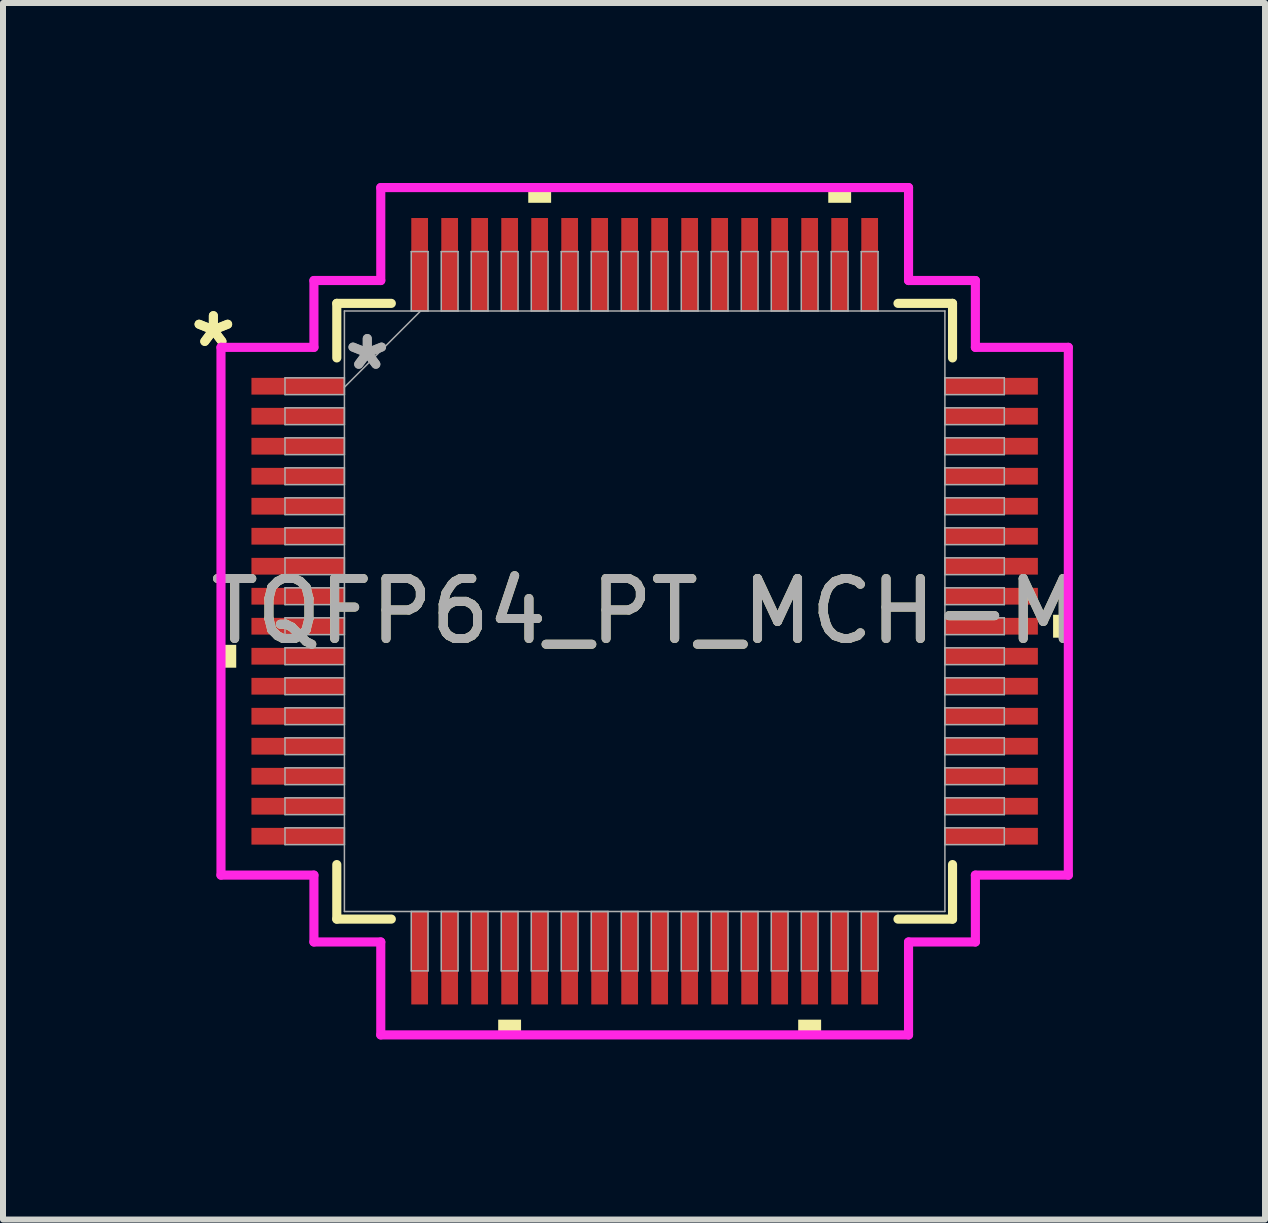
<source format=kicad_pcb>
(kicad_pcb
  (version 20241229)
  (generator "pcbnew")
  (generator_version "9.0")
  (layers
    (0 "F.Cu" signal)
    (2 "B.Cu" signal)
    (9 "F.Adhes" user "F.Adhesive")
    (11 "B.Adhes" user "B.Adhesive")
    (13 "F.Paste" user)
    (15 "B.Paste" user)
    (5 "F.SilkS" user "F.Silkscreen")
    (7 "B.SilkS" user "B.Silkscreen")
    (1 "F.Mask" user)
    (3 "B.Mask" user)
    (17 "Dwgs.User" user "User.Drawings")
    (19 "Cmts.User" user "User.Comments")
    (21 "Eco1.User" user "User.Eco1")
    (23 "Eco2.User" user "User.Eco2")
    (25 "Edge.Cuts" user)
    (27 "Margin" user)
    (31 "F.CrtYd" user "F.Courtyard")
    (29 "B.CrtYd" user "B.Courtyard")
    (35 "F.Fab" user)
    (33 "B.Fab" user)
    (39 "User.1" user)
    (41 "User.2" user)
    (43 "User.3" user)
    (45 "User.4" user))
  (footprint "TQFP64_PT_MCH-M"
    (layer "F.Cu")
    (at 7.694 7.137)
    (property "Reference" "TQFP64_PT_MCH-M" (at 0 0 0) (unlocked yes) (layer "F.SilkS") (effects (font (size 1 1) (thickness 0.15))))
    (attr smd)
    (fp_line (start -5.131 -5.131) (end -5.131 -4.222) (stroke (width 0.152) (type solid)) (layer "F.SilkS"))
    (fp_line (start -5.131 4.222) (end -5.131 5.131) (stroke (width 0.152) (type solid)) (layer "F.SilkS"))
    (fp_line (start -5.131 5.131) (end -4.222 5.131) (stroke (width 0.152) (type solid)) (layer "F.SilkS"))
    (fp_line (start -4.222 -5.131) (end -5.131 -5.131) (stroke (width 0.152) (type solid)) (layer "F.SilkS"))
    (fp_line (start 4.222 5.131) (end 5.131 5.131) (stroke (width 0.152) (type solid)) (layer "F.SilkS"))
    (fp_line (start 5.131 -5.131) (end 4.222 -5.131) (stroke (width 0.152) (type solid)) (layer "F.SilkS"))
    (fp_line (start 5.131 -4.222) (end 5.131 -5.131) (stroke (width 0.152) (type solid)) (layer "F.SilkS"))
    (fp_line (start 5.131 5.131) (end 5.131 4.222) (stroke (width 0.152) (type solid)) (layer "F.SilkS"))
    (fp_poly (pts (xy -7.061 0.56) (xy -7.061 0.941) (xy -6.807 0.941) (xy -6.807 0.56)) (stroke (width 0) (type solid)) (fill yes) (layer "F.SilkS"))
    (fp_poly (pts (xy -2.441 6.807) (xy -2.441 7.061) (xy -2.06 7.061) (xy -2.06 6.807)) (stroke (width 0) (type solid)) (fill yes) (layer "F.SilkS"))
    (fp_poly (pts (xy -1.94 -6.807) (xy -1.94 -7.061) (xy -1.559 -7.061) (xy -1.559 -6.807)) (stroke (width 0) (type solid)) (fill yes) (layer "F.SilkS"))
    (fp_poly (pts (xy 2.559 6.807) (xy 2.559 7.061) (xy 2.941 7.061) (xy 2.941 6.807)) (stroke (width 0) (type solid)) (fill yes) (layer "F.SilkS"))
    (fp_poly (pts (xy 3.06 -6.807) (xy 3.06 -7.061) (xy 3.441 -7.061) (xy 3.441 -6.807)) (stroke (width 0) (type solid)) (fill yes) (layer "F.SilkS"))
    (fp_poly (pts (xy 7.061 0.059) (xy 7.061 0.441) (xy 6.807 0.441) (xy 6.807 0.059)) (stroke (width 0) (type solid)) (fill yes) (layer "F.SilkS"))
    (fp_line (start -7.061 -4.398) (end -5.512 -4.398) (stroke (width 0.152) (type solid)) (layer "F.CrtYd"))
    (fp_line (start -7.061 4.398) (end -7.061 -4.398) (stroke (width 0.152) (type solid)) (layer "F.CrtYd"))
    (fp_line (start -5.512 -5.512) (end -4.398 -5.512) (stroke (width 0.152) (type solid)) (layer "F.CrtYd"))
    (fp_line (start -5.512 -4.398) (end -5.512 -5.512) (stroke (width 0.152) (type solid)) (layer "F.CrtYd"))
    (fp_line (start -5.512 4.398) (end -7.061 4.398) (stroke (width 0.152) (type solid)) (layer "F.CrtYd"))
    (fp_line (start -5.512 5.512) (end -5.512 4.398) (stroke (width 0.152) (type solid)) (layer "F.CrtYd"))
    (fp_line (start -5.512 5.512) (end -4.398 5.512) (stroke (width 0.152) (type solid)) (layer "F.CrtYd"))
    (fp_line (start -4.398 -7.061) (end 4.398 -7.061) (stroke (width 0.152) (type solid)) (layer "F.CrtYd"))
    (fp_line (start -4.398 -5.512) (end -4.398 -7.061) (stroke (width 0.152) (type solid)) (layer "F.CrtYd"))
    (fp_line (start -4.398 5.512) (end -4.398 7.061) (stroke (width 0.152) (type solid)) (layer "F.CrtYd"))
    (fp_line (start -4.398 7.061) (end 4.398 7.061) (stroke (width 0.152) (type solid)) (layer "F.CrtYd"))
    (fp_line (start 4.398 -7.061) (end 4.398 -5.512) (stroke (width 0.152) (type solid)) (layer "F.CrtYd"))
    (fp_line (start 4.398 -5.512) (end 5.512 -5.512) (stroke (width 0.152) (type solid)) (layer "F.CrtYd"))
    (fp_line (start 4.398 5.512) (end 5.512 5.512) (stroke (width 0.152) (type solid)) (layer "F.CrtYd"))
    (fp_line (start 4.398 7.061) (end 4.398 5.512) (stroke (width 0.152) (type solid)) (layer "F.CrtYd"))
    (fp_line (start 5.512 -4.398) (end 5.512 -5.512) (stroke (width 0.152) (type solid)) (layer "F.CrtYd"))
    (fp_line (start 5.512 4.398) (end 7.061 4.398) (stroke (width 0.152) (type solid)) (layer "F.CrtYd"))
    (fp_line (start 5.512 5.512) (end 5.512 4.398) (stroke (width 0.152) (type solid)) (layer "F.CrtYd"))
    (fp_line (start 7.061 -4.398) (end 5.512 -4.398) (stroke (width 0.152) (type solid)) (layer "F.CrtYd"))
    (fp_line (start 7.061 4.398) (end 7.061 -4.398) (stroke (width 0.152) (type solid)) (layer "F.CrtYd"))
    (fp_line (start -5.994 -3.89) (end -5.994 -3.61) (stroke (width 0.025) (type solid)) (layer "F.Fab"))
    (fp_line (start -5.994 -3.61) (end -5.004 -3.61) (stroke (width 0.025) (type solid)) (layer "F.Fab"))
    (fp_line (start -5.994 -3.39) (end -5.994 -3.11) (stroke (width 0.025) (type solid)) (layer "F.Fab"))
    (fp_line (start -5.994 -3.11) (end -5.004 -3.11) (stroke (width 0.025) (type solid)) (layer "F.Fab"))
    (fp_line (start -5.994 -2.89) (end -5.994 -2.61) (stroke (width 0.025) (type solid)) (layer "F.Fab"))
    (fp_line (start -5.994 -2.61) (end -5.004 -2.61) (stroke (width 0.025) (type solid)) (layer "F.Fab"))
    (fp_line (start -5.994 -2.39) (end -5.994 -2.11) (stroke (width 0.025) (type solid)) (layer "F.Fab"))
    (fp_line (start -5.994 -2.11) (end -5.004 -2.11) (stroke (width 0.025) (type solid)) (layer "F.Fab"))
    (fp_line (start -5.994 -1.89) (end -5.994 -1.61) (stroke (width 0.025) (type solid)) (layer "F.Fab"))
    (fp_line (start -5.994 -1.61) (end -5.004 -1.61) (stroke (width 0.025) (type solid)) (layer "F.Fab"))
    (fp_line (start -5.994 -1.39) (end -5.994 -1.11) (stroke (width 0.025) (type solid)) (layer "F.Fab"))
    (fp_line (start -5.994 -1.11) (end -5.004 -1.11) (stroke (width 0.025) (type solid)) (layer "F.Fab"))
    (fp_line (start -5.994 -0.89) (end -5.994 -0.61) (stroke (width 0.025) (type solid)) (layer "F.Fab"))
    (fp_line (start -5.994 -0.61) (end -5.004 -0.61) (stroke (width 0.025) (type solid)) (layer "F.Fab"))
    (fp_line (start -5.994 -0.39) (end -5.994 -0.11) (stroke (width 0.025) (type solid)) (layer "F.Fab"))
    (fp_line (start -5.994 -0.11) (end -5.004 -0.11) (stroke (width 0.025) (type solid)) (layer "F.Fab"))
    (fp_line (start -5.994 0.11) (end -5.994 0.39) (stroke (width 0.025) (type solid)) (layer "F.Fab"))
    (fp_line (start -5.994 0.39) (end -5.004 0.39) (stroke (width 0.025) (type solid)) (layer "F.Fab"))
    (fp_line (start -5.994 0.61) (end -5.994 0.89) (stroke (width 0.025) (type solid)) (layer "F.Fab"))
    (fp_line (start -5.994 0.89) (end -5.004 0.89) (stroke (width 0.025) (type solid)) (layer "F.Fab"))
    (fp_line (start -5.994 1.11) (end -5.994 1.39) (stroke (width 0.025) (type solid)) (layer "F.Fab"))
    (fp_line (start -5.994 1.39) (end -5.004 1.39) (stroke (width 0.025) (type solid)) (layer "F.Fab"))
    (fp_line (start -5.994 1.61) (end -5.994 1.89) (stroke (width 0.025) (type solid)) (layer "F.Fab"))
    (fp_line (start -5.994 1.89) (end -5.004 1.89) (stroke (width 0.025) (type solid)) (layer "F.Fab"))
    (fp_line (start -5.994 2.11) (end -5.994 2.39) (stroke (width 0.025) (type solid)) (layer "F.Fab"))
    (fp_line (start -5.994 2.39) (end -5.004 2.39) (stroke (width 0.025) (type solid)) (layer "F.Fab"))
    (fp_line (start -5.994 2.61) (end -5.994 2.89) (stroke (width 0.025) (type solid)) (layer "F.Fab"))
    (fp_line (start -5.994 2.89) (end -5.004 2.89) (stroke (width 0.025) (type solid)) (layer "F.Fab"))
    (fp_line (start -5.994 3.11) (end -5.994 3.39) (stroke (width 0.025) (type solid)) (layer "F.Fab"))
    (fp_line (start -5.994 3.39) (end -5.004 3.39) (stroke (width 0.025) (type solid)) (layer "F.Fab"))
    (fp_line (start -5.994 3.61) (end -5.994 3.89) (stroke (width 0.025) (type solid)) (layer "F.Fab"))
    (fp_line (start -5.994 3.89) (end -5.004 3.89) (stroke (width 0.025) (type solid)) (layer "F.Fab"))
    (fp_line (start -5.004 -5.004) (end -5.004 5.004) (stroke (width 0.025) (type solid)) (layer "F.Fab"))
    (fp_line (start -5.004 -3.89) (end -5.994 -3.89) (stroke (width 0.025) (type solid)) (layer "F.Fab"))
    (fp_line (start -5.004 -3.734) (end -3.734 -5.004) (stroke (width 0.025) (type solid)) (layer "F.Fab"))
    (fp_line (start -5.004 -3.61) (end -5.004 -3.89) (stroke (width 0.025) (type solid)) (layer "F.Fab"))
    (fp_line (start -5.004 -3.39) (end -5.994 -3.39) (stroke (width 0.025) (type solid)) (layer "F.Fab"))
    (fp_line (start -5.004 -3.11) (end -5.004 -3.39) (stroke (width 0.025) (type solid)) (layer "F.Fab"))
    (fp_line (start -5.004 -2.89) (end -5.994 -2.89) (stroke (width 0.025) (type solid)) (layer "F.Fab"))
    (fp_line (start -5.004 -2.61) (end -5.004 -2.89) (stroke (width 0.025) (type solid)) (layer "F.Fab"))
    (fp_line (start -5.004 -2.39) (end -5.994 -2.39) (stroke (width 0.025) (type solid)) (layer "F.Fab"))
    (fp_line (start -5.004 -2.11) (end -5.004 -2.39) (stroke (width 0.025) (type solid)) (layer "F.Fab"))
    (fp_line (start -5.004 -1.89) (end -5.994 -1.89) (stroke (width 0.025) (type solid)) (layer "F.Fab"))
    (fp_line (start -5.004 -1.61) (end -5.004 -1.89) (stroke (width 0.025) (type solid)) (layer "F.Fab"))
    (fp_line (start -5.004 -1.39) (end -5.994 -1.39) (stroke (width 0.025) (type solid)) (layer "F.Fab"))
    (fp_line (start -5.004 -1.11) (end -5.004 -1.39) (stroke (width 0.025) (type solid)) (layer "F.Fab"))
    (fp_line (start -5.004 -0.89) (end -5.994 -0.89) (stroke (width 0.025) (type solid)) (layer "F.Fab"))
    (fp_line (start -5.004 -0.61) (end -5.004 -0.89) (stroke (width 0.025) (type solid)) (layer "F.Fab"))
    (fp_line (start -5.004 -0.39) (end -5.994 -0.39) (stroke (width 0.025) (type solid)) (layer "F.Fab"))
    (fp_line (start -5.004 -0.11) (end -5.004 -0.39) (stroke (width 0.025) (type solid)) (layer "F.Fab"))
    (fp_line (start -5.004 0.11) (end -5.994 0.11) (stroke (width 0.025) (type solid)) (layer "F.Fab"))
    (fp_line (start -5.004 0.39) (end -5.004 0.11) (stroke (width 0.025) (type solid)) (layer "F.Fab"))
    (fp_line (start -5.004 0.61) (end -5.994 0.61) (stroke (width 0.025) (type solid)) (layer "F.Fab"))
    (fp_line (start -5.004 0.89) (end -5.004 0.61) (stroke (width 0.025) (type solid)) (layer "F.Fab"))
    (fp_line (start -5.004 1.11) (end -5.994 1.11) (stroke (width 0.025) (type solid)) (layer "F.Fab"))
    (fp_line (start -5.004 1.39) (end -5.004 1.11) (stroke (width 0.025) (type solid)) (layer "F.Fab"))
    (fp_line (start -5.004 1.61) (end -5.994 1.61) (stroke (width 0.025) (type solid)) (layer "F.Fab"))
    (fp_line (start -5.004 1.89) (end -5.004 1.61) (stroke (width 0.025) (type solid)) (layer "F.Fab"))
    (fp_line (start -5.004 2.11) (end -5.994 2.11) (stroke (width 0.025) (type solid)) (layer "F.Fab"))
    (fp_line (start -5.004 2.39) (end -5.004 2.11) (stroke (width 0.025) (type solid)) (layer "F.Fab"))
    (fp_line (start -5.004 2.61) (end -5.994 2.61) (stroke (width 0.025) (type solid)) (layer "F.Fab"))
    (fp_line (start -5.004 2.89) (end -5.004 2.61) (stroke (width 0.025) (type solid)) (layer "F.Fab"))
    (fp_line (start -5.004 3.11) (end -5.994 3.11) (stroke (width 0.025) (type solid)) (layer "F.Fab"))
    (fp_line (start -5.004 3.39) (end -5.004 3.11) (stroke (width 0.025) (type solid)) (layer "F.Fab"))
    (fp_line (start -5.004 3.61) (end -5.994 3.61) (stroke (width 0.025) (type solid)) (layer "F.Fab"))
    (fp_line (start -5.004 3.89) (end -5.004 3.61) (stroke (width 0.025) (type solid)) (layer "F.Fab"))
    (fp_line (start -5.004 5.004) (end 5.004 5.004) (stroke (width 0.025) (type solid)) (layer "F.Fab"))
    (fp_line (start -3.89 -5.994) (end -3.89 -5.004) (stroke (width 0.025) (type solid)) (layer "F.Fab"))
    (fp_line (start -3.89 -5.004) (end -3.61 -5.004) (stroke (width 0.025) (type solid)) (layer "F.Fab"))
    (fp_line (start -3.89 5.004) (end -3.89 5.994) (stroke (width 0.025) (type solid)) (layer "F.Fab"))
    (fp_line (start -3.89 5.994) (end -3.61 5.994) (stroke (width 0.025) (type solid)) (layer "F.Fab"))
    (fp_line (start -3.61 -5.994) (end -3.89 -5.994) (stroke (width 0.025) (type solid)) (layer "F.Fab"))
    (fp_line (start -3.61 -5.004) (end -3.61 -5.994) (stroke (width 0.025) (type solid)) (layer "F.Fab"))
    (fp_line (start -3.61 5.004) (end -3.89 5.004) (stroke (width 0.025) (type solid)) (layer "F.Fab"))
    (fp_line (start -3.61 5.994) (end -3.61 5.004) (stroke (width 0.025) (type solid)) (layer "F.Fab"))
    (fp_line (start -3.39 -5.994) (end -3.39 -5.004) (stroke (width 0.025) (type solid)) (layer "F.Fab"))
    (fp_line (start -3.39 -5.004) (end -3.11 -5.004) (stroke (width 0.025) (type solid)) (layer "F.Fab"))
    (fp_line (start -3.39 5.004) (end -3.39 5.994) (stroke (width 0.025) (type solid)) (layer "F.Fab"))
    (fp_line (start -3.39 5.994) (end -3.11 5.994) (stroke (width 0.025) (type solid)) (layer "F.Fab"))
    (fp_line (start -3.11 -5.994) (end -3.39 -5.994) (stroke (width 0.025) (type solid)) (layer "F.Fab"))
    (fp_line (start -3.11 -5.004) (end -3.11 -5.994) (stroke (width 0.025) (type solid)) (layer "F.Fab"))
    (fp_line (start -3.11 5.004) (end -3.39 5.004) (stroke (width 0.025) (type solid)) (layer "F.Fab"))
    (fp_line (start -3.11 5.994) (end -3.11 5.004) (stroke (width 0.025) (type solid)) (layer "F.Fab"))
    (fp_line (start -2.89 -5.994) (end -2.89 -5.004) (stroke (width 0.025) (type solid)) (layer "F.Fab"))
    (fp_line (start -2.89 -5.004) (end -2.61 -5.004) (stroke (width 0.025) (type solid)) (layer "F.Fab"))
    (fp_line (start -2.89 5.004) (end -2.89 5.994) (stroke (width 0.025) (type solid)) (layer "F.Fab"))
    (fp_line (start -2.89 5.994) (end -2.61 5.994) (stroke (width 0.025) (type solid)) (layer "F.Fab"))
    (fp_line (start -2.61 -5.994) (end -2.89 -5.994) (stroke (width 0.025) (type solid)) (layer "F.Fab"))
    (fp_line (start -2.61 -5.004) (end -2.61 -5.994) (stroke (width 0.025) (type solid)) (layer "F.Fab"))
    (fp_line (start -2.61 5.004) (end -2.89 5.004) (stroke (width 0.025) (type solid)) (layer "F.Fab"))
    (fp_line (start -2.61 5.994) (end -2.61 5.004) (stroke (width 0.025) (type solid)) (layer "F.Fab"))
    (fp_line (start -2.39 -5.994) (end -2.39 -5.004) (stroke (width 0.025) (type solid)) (layer "F.Fab"))
    (fp_line (start -2.39 -5.004) (end -2.11 -5.004) (stroke (width 0.025) (type solid)) (layer "F.Fab"))
    (fp_line (start -2.39 5.004) (end -2.39 5.994) (stroke (width 0.025) (type solid)) (layer "F.Fab"))
    (fp_line (start -2.39 5.994) (end -2.11 5.994) (stroke (width 0.025) (type solid)) (layer "F.Fab"))
    (fp_line (start -2.11 -5.994) (end -2.39 -5.994) (stroke (width 0.025) (type solid)) (layer "F.Fab"))
    (fp_line (start -2.11 -5.004) (end -2.11 -5.994) (stroke (width 0.025) (type solid)) (layer "F.Fab"))
    (fp_line (start -2.11 5.004) (end -2.39 5.004) (stroke (width 0.025) (type solid)) (layer "F.Fab"))
    (fp_line (start -2.11 5.994) (end -2.11 5.004) (stroke (width 0.025) (type solid)) (layer "F.Fab"))
    (fp_line (start -1.89 -5.994) (end -1.89 -5.004) (stroke (width 0.025) (type solid)) (layer "F.Fab"))
    (fp_line (start -1.89 -5.004) (end -1.61 -5.004) (stroke (width 0.025) (type solid)) (layer "F.Fab"))
    (fp_line (start -1.89 5.004) (end -1.89 5.994) (stroke (width 0.025) (type solid)) (layer "F.Fab"))
    (fp_line (start -1.89 5.994) (end -1.61 5.994) (stroke (width 0.025) (type solid)) (layer "F.Fab"))
    (fp_line (start -1.61 -5.994) (end -1.89 -5.994) (stroke (width 0.025) (type solid)) (layer "F.Fab"))
    (fp_line (start -1.61 -5.004) (end -1.61 -5.994) (stroke (width 0.025) (type solid)) (layer "F.Fab"))
    (fp_line (start -1.61 5.004) (end -1.89 5.004) (stroke (width 0.025) (type solid)) (layer "F.Fab"))
    (fp_line (start -1.61 5.994) (end -1.61 5.004) (stroke (width 0.025) (type solid)) (layer "F.Fab"))
    (fp_line (start -1.39 -5.994) (end -1.39 -5.004) (stroke (width 0.025) (type solid)) (layer "F.Fab"))
    (fp_line (start -1.39 -5.004) (end -1.11 -5.004) (stroke (width 0.025) (type solid)) (layer "F.Fab"))
    (fp_line (start -1.39 5.004) (end -1.39 5.994) (stroke (width 0.025) (type solid)) (layer "F.Fab"))
    (fp_line (start -1.39 5.994) (end -1.11 5.994) (stroke (width 0.025) (type solid)) (layer "F.Fab"))
    (fp_line (start -1.11 -5.994) (end -1.39 -5.994) (stroke (width 0.025) (type solid)) (layer "F.Fab"))
    (fp_line (start -1.11 -5.004) (end -1.11 -5.994) (stroke (width 0.025) (type solid)) (layer "F.Fab"))
    (fp_line (start -1.11 5.004) (end -1.39 5.004) (stroke (width 0.025) (type solid)) (layer "F.Fab"))
    (fp_line (start -1.11 5.994) (end -1.11 5.004) (stroke (width 0.025) (type solid)) (layer "F.Fab"))
    (fp_line (start -0.89 -5.994) (end -0.89 -5.004) (stroke (width 0.025) (type solid)) (layer "F.Fab"))
    (fp_line (start -0.89 -5.004) (end -0.61 -5.004) (stroke (width 0.025) (type solid)) (layer "F.Fab"))
    (fp_line (start -0.89 5.004) (end -0.89 5.994) (stroke (width 0.025) (type solid)) (layer "F.Fab"))
    (fp_line (start -0.89 5.994) (end -0.61 5.994) (stroke (width 0.025) (type solid)) (layer "F.Fab"))
    (fp_line (start -0.61 -5.994) (end -0.89 -5.994) (stroke (width 0.025) (type solid)) (layer "F.Fab"))
    (fp_line (start -0.61 -5.004) (end -0.61 -5.994) (stroke (width 0.025) (type solid)) (layer "F.Fab"))
    (fp_line (start -0.61 5.004) (end -0.89 5.004) (stroke (width 0.025) (type solid)) (layer "F.Fab"))
    (fp_line (start -0.61 5.994) (end -0.61 5.004) (stroke (width 0.025) (type solid)) (layer "F.Fab"))
    (fp_line (start -0.39 -5.994) (end -0.39 -5.004) (stroke (width 0.025) (type solid)) (layer "F.Fab"))
    (fp_line (start -0.39 -5.004) (end -0.11 -5.004) (stroke (width 0.025) (type solid)) (layer "F.Fab"))
    (fp_line (start -0.39 5.004) (end -0.39 5.994) (stroke (width 0.025) (type solid)) (layer "F.Fab"))
    (fp_line (start -0.39 5.994) (end -0.11 5.994) (stroke (width 0.025) (type solid)) (layer "F.Fab"))
    (fp_line (start -0.11 -5.994) (end -0.39 -5.994) (stroke (width 0.025) (type solid)) (layer "F.Fab"))
    (fp_line (start -0.11 -5.004) (end -0.11 -5.994) (stroke (width 0.025) (type solid)) (layer "F.Fab"))
    (fp_line (start -0.11 5.004) (end -0.39 5.004) (stroke (width 0.025) (type solid)) (layer "F.Fab"))
    (fp_line (start -0.11 5.994) (end -0.11 5.004) (stroke (width 0.025) (type solid)) (layer "F.Fab"))
    (fp_line (start 0.11 -5.994) (end 0.11 -5.004) (stroke (width 0.025) (type solid)) (layer "F.Fab"))
    (fp_line (start 0.11 -5.004) (end 0.39 -5.004) (stroke (width 0.025) (type solid)) (layer "F.Fab"))
    (fp_line (start 0.11 5.004) (end 0.11 5.994) (stroke (width 0.025) (type solid)) (layer "F.Fab"))
    (fp_line (start 0.11 5.994) (end 0.39 5.994) (stroke (width 0.025) (type solid)) (layer "F.Fab"))
    (fp_line (start 0.39 -5.994) (end 0.11 -5.994) (stroke (width 0.025) (type solid)) (layer "F.Fab"))
    (fp_line (start 0.39 -5.004) (end 0.39 -5.994) (stroke (width 0.025) (type solid)) (layer "F.Fab"))
    (fp_line (start 0.39 5.004) (end 0.11 5.004) (stroke (width 0.025) (type solid)) (layer "F.Fab"))
    (fp_line (start 0.39 5.994) (end 0.39 5.004) (stroke (width 0.025) (type solid)) (layer "F.Fab"))
    (fp_line (start 0.61 -5.994) (end 0.61 -5.004) (stroke (width 0.025) (type solid)) (layer "F.Fab"))
    (fp_line (start 0.61 -5.004) (end 0.89 -5.004) (stroke (width 0.025) (type solid)) (layer "F.Fab"))
    (fp_line (start 0.61 5.004) (end 0.61 5.994) (stroke (width 0.025) (type solid)) (layer "F.Fab"))
    (fp_line (start 0.61 5.994) (end 0.89 5.994) (stroke (width 0.025) (type solid)) (layer "F.Fab"))
    (fp_line (start 0.89 -5.994) (end 0.61 -5.994) (stroke (width 0.025) (type solid)) (layer "F.Fab"))
    (fp_line (start 0.89 -5.004) (end 0.89 -5.994) (stroke (width 0.025) (type solid)) (layer "F.Fab"))
    (fp_line (start 0.89 5.004) (end 0.61 5.004) (stroke (width 0.025) (type solid)) (layer "F.Fab"))
    (fp_line (start 0.89 5.994) (end 0.89 5.004) (stroke (width 0.025) (type solid)) (layer "F.Fab"))
    (fp_line (start 1.11 -5.994) (end 1.11 -5.004) (stroke (width 0.025) (type solid)) (layer "F.Fab"))
    (fp_line (start 1.11 -5.004) (end 1.39 -5.004) (stroke (width 0.025) (type solid)) (layer "F.Fab"))
    (fp_line (start 1.11 5.004) (end 1.11 5.994) (stroke (width 0.025) (type solid)) (layer "F.Fab"))
    (fp_line (start 1.11 5.994) (end 1.39 5.994) (stroke (width 0.025) (type solid)) (layer "F.Fab"))
    (fp_line (start 1.39 -5.994) (end 1.11 -5.994) (stroke (width 0.025) (type solid)) (layer "F.Fab"))
    (fp_line (start 1.39 -5.004) (end 1.39 -5.994) (stroke (width 0.025) (type solid)) (layer "F.Fab"))
    (fp_line (start 1.39 5.004) (end 1.11 5.004) (stroke (width 0.025) (type solid)) (layer "F.Fab"))
    (fp_line (start 1.39 5.994) (end 1.39 5.004) (stroke (width 0.025) (type solid)) (layer "F.Fab"))
    (fp_line (start 1.61 -5.994) (end 1.61 -5.004) (stroke (width 0.025) (type solid)) (layer "F.Fab"))
    (fp_line (start 1.61 -5.004) (end 1.89 -5.004) (stroke (width 0.025) (type solid)) (layer "F.Fab"))
    (fp_line (start 1.61 5.004) (end 1.61 5.994) (stroke (width 0.025) (type solid)) (layer "F.Fab"))
    (fp_line (start 1.61 5.994) (end 1.89 5.994) (stroke (width 0.025) (type solid)) (layer "F.Fab"))
    (fp_line (start 1.89 -5.994) (end 1.61 -5.994) (stroke (width 0.025) (type solid)) (layer "F.Fab"))
    (fp_line (start 1.89 -5.004) (end 1.89 -5.994) (stroke (width 0.025) (type solid)) (layer "F.Fab"))
    (fp_line (start 1.89 5.004) (end 1.61 5.004) (stroke (width 0.025) (type solid)) (layer "F.Fab"))
    (fp_line (start 1.89 5.994) (end 1.89 5.004) (stroke (width 0.025) (type solid)) (layer "F.Fab"))
    (fp_line (start 2.11 -5.994) (end 2.11 -5.004) (stroke (width 0.025) (type solid)) (layer "F.Fab"))
    (fp_line (start 2.11 -5.004) (end 2.39 -5.004) (stroke (width 0.025) (type solid)) (layer "F.Fab"))
    (fp_line (start 2.11 5.004) (end 2.11 5.994) (stroke (width 0.025) (type solid)) (layer "F.Fab"))
    (fp_line (start 2.11 5.994) (end 2.39 5.994) (stroke (width 0.025) (type solid)) (layer "F.Fab"))
    (fp_line (start 2.39 -5.994) (end 2.11 -5.994) (stroke (width 0.025) (type solid)) (layer "F.Fab"))
    (fp_line (start 2.39 -5.004) (end 2.39 -5.994) (stroke (width 0.025) (type solid)) (layer "F.Fab"))
    (fp_line (start 2.39 5.004) (end 2.11 5.004) (stroke (width 0.025) (type solid)) (layer "F.Fab"))
    (fp_line (start 2.39 5.994) (end 2.39 5.004) (stroke (width 0.025) (type solid)) (layer "F.Fab"))
    (fp_line (start 2.61 -5.994) (end 2.61 -5.004) (stroke (width 0.025) (type solid)) (layer "F.Fab"))
    (fp_line (start 2.61 -5.004) (end 2.89 -5.004) (stroke (width 0.025) (type solid)) (layer "F.Fab"))
    (fp_line (start 2.61 5.004) (end 2.61 5.994) (stroke (width 0.025) (type solid)) (layer "F.Fab"))
    (fp_line (start 2.61 5.994) (end 2.89 5.994) (stroke (width 0.025) (type solid)) (layer "F.Fab"))
    (fp_line (start 2.89 -5.994) (end 2.61 -5.994) (stroke (width 0.025) (type solid)) (layer "F.Fab"))
    (fp_line (start 2.89 -5.004) (end 2.89 -5.994) (stroke (width 0.025) (type solid)) (layer "F.Fab"))
    (fp_line (start 2.89 5.004) (end 2.61 5.004) (stroke (width 0.025) (type solid)) (layer "F.Fab"))
    (fp_line (start 2.89 5.994) (end 2.89 5.004) (stroke (width 0.025) (type solid)) (layer "F.Fab"))
    (fp_line (start 3.11 -5.994) (end 3.11 -5.004) (stroke (width 0.025) (type solid)) (layer "F.Fab"))
    (fp_line (start 3.11 -5.004) (end 3.39 -5.004) (stroke (width 0.025) (type solid)) (layer "F.Fab"))
    (fp_line (start 3.11 5.004) (end 3.11 5.994) (stroke (width 0.025) (type solid)) (layer "F.Fab"))
    (fp_line (start 3.11 5.994) (end 3.39 5.994) (stroke (width 0.025) (type solid)) (layer "F.Fab"))
    (fp_line (start 3.39 -5.994) (end 3.11 -5.994) (stroke (width 0.025) (type solid)) (layer "F.Fab"))
    (fp_line (start 3.39 -5.004) (end 3.39 -5.994) (stroke (width 0.025) (type solid)) (layer "F.Fab"))
    (fp_line (start 3.39 5.004) (end 3.11 5.004) (stroke (width 0.025) (type solid)) (layer "F.Fab"))
    (fp_line (start 3.39 5.994) (end 3.39 5.004) (stroke (width 0.025) (type solid)) (layer "F.Fab"))
    (fp_line (start 3.61 -5.994) (end 3.61 -5.004) (stroke (width 0.025) (type solid)) (layer "F.Fab"))
    (fp_line (start 3.61 -5.004) (end 3.89 -5.004) (stroke (width 0.025) (type solid)) (layer "F.Fab"))
    (fp_line (start 3.61 5.004) (end 3.61 5.994) (stroke (width 0.025) (type solid)) (layer "F.Fab"))
    (fp_line (start 3.61 5.994) (end 3.89 5.994) (stroke (width 0.025) (type solid)) (layer "F.Fab"))
    (fp_line (start 3.89 -5.994) (end 3.61 -5.994) (stroke (width 0.025) (type solid)) (layer "F.Fab"))
    (fp_line (start 3.89 -5.004) (end 3.89 -5.994) (stroke (width 0.025) (type solid)) (layer "F.Fab"))
    (fp_line (start 3.89 5.004) (end 3.61 5.004) (stroke (width 0.025) (type solid)) (layer "F.Fab"))
    (fp_line (start 3.89 5.994) (end 3.89 5.004) (stroke (width 0.025) (type solid)) (layer "F.Fab"))
    (fp_line (start 5.004 -5.004) (end -5.004 -5.004) (stroke (width 0.025) (type solid)) (layer "F.Fab"))
    (fp_line (start 5.004 -3.89) (end 5.004 -3.61) (stroke (width 0.025) (type solid)) (layer "F.Fab"))
    (fp_line (start 5.004 -3.61) (end 5.994 -3.61) (stroke (width 0.025) (type solid)) (layer "F.Fab"))
    (fp_line (start 5.004 -3.39) (end 5.004 -3.11) (stroke (width 0.025) (type solid)) (layer "F.Fab"))
    (fp_line (start 5.004 -3.11) (end 5.994 -3.11) (stroke (width 0.025) (type solid)) (layer "F.Fab"))
    (fp_line (start 5.004 -2.89) (end 5.004 -2.61) (stroke (width 0.025) (type solid)) (layer "F.Fab"))
    (fp_line (start 5.004 -2.61) (end 5.994 -2.61) (stroke (width 0.025) (type solid)) (layer "F.Fab"))
    (fp_line (start 5.004 -2.39) (end 5.004 -2.11) (stroke (width 0.025) (type solid)) (layer "F.Fab"))
    (fp_line (start 5.004 -2.11) (end 5.994 -2.11) (stroke (width 0.025) (type solid)) (layer "F.Fab"))
    (fp_line (start 5.004 -1.89) (end 5.004 -1.61) (stroke (width 0.025) (type solid)) (layer "F.Fab"))
    (fp_line (start 5.004 -1.61) (end 5.994 -1.61) (stroke (width 0.025) (type solid)) (layer "F.Fab"))
    (fp_line (start 5.004 -1.39) (end 5.004 -1.11) (stroke (width 0.025) (type solid)) (layer "F.Fab"))
    (fp_line (start 5.004 -1.11) (end 5.994 -1.11) (stroke (width 0.025) (type solid)) (layer "F.Fab"))
    (fp_line (start 5.004 -0.89) (end 5.004 -0.61) (stroke (width 0.025) (type solid)) (layer "F.Fab"))
    (fp_line (start 5.004 -0.61) (end 5.994 -0.61) (stroke (width 0.025) (type solid)) (layer "F.Fab"))
    (fp_line (start 5.004 -0.39) (end 5.004 -0.11) (stroke (width 0.025) (type solid)) (layer "F.Fab"))
    (fp_line (start 5.004 -0.11) (end 5.994 -0.11) (stroke (width 0.025) (type solid)) (layer "F.Fab"))
    (fp_line (start 5.004 0.11) (end 5.004 0.39) (stroke (width 0.025) (type solid)) (layer "F.Fab"))
    (fp_line (start 5.004 0.39) (end 5.994 0.39) (stroke (width 0.025) (type solid)) (layer "F.Fab"))
    (fp_line (start 5.004 0.61) (end 5.004 0.89) (stroke (width 0.025) (type solid)) (layer "F.Fab"))
    (fp_line (start 5.004 0.89) (end 5.994 0.89) (stroke (width 0.025) (type solid)) (layer "F.Fab"))
    (fp_line (start 5.004 1.11) (end 5.004 1.39) (stroke (width 0.025) (type solid)) (layer "F.Fab"))
    (fp_line (start 5.004 1.39) (end 5.994 1.39) (stroke (width 0.025) (type solid)) (layer "F.Fab"))
    (fp_line (start 5.004 1.61) (end 5.004 1.89) (stroke (width 0.025) (type solid)) (layer "F.Fab"))
    (fp_line (start 5.004 1.89) (end 5.994 1.89) (stroke (width 0.025) (type solid)) (layer "F.Fab"))
    (fp_line (start 5.004 2.11) (end 5.004 2.39) (stroke (width 0.025) (type solid)) (layer "F.Fab"))
    (fp_line (start 5.004 2.39) (end 5.994 2.39) (stroke (width 0.025) (type solid)) (layer "F.Fab"))
    (fp_line (start 5.004 2.61) (end 5.004 2.89) (stroke (width 0.025) (type solid)) (layer "F.Fab"))
    (fp_line (start 5.004 2.89) (end 5.994 2.89) (stroke (width 0.025) (type solid)) (layer "F.Fab"))
    (fp_line (start 5.004 3.11) (end 5.004 3.39) (stroke (width 0.025) (type solid)) (layer "F.Fab"))
    (fp_line (start 5.004 3.39) (end 5.994 3.39) (stroke (width 0.025) (type solid)) (layer "F.Fab"))
    (fp_line (start 5.004 3.61) (end 5.004 3.89) (stroke (width 0.025) (type solid)) (layer "F.Fab"))
    (fp_line (start 5.004 3.89) (end 5.994 3.89) (stroke (width 0.025) (type solid)) (layer "F.Fab"))
    (fp_line (start 5.004 5.004) (end 5.004 -5.004) (stroke (width 0.025) (type solid)) (layer "F.Fab"))
    (fp_line (start 5.994 -3.89) (end 5.004 -3.89) (stroke (width 0.025) (type solid)) (layer "F.Fab"))
    (fp_line (start 5.994 -3.61) (end 5.994 -3.89) (stroke (width 0.025) (type solid)) (layer "F.Fab"))
    (fp_line (start 5.994 -3.39) (end 5.004 -3.39) (stroke (width 0.025) (type solid)) (layer "F.Fab"))
    (fp_line (start 5.994 -3.11) (end 5.994 -3.39) (stroke (width 0.025) (type solid)) (layer "F.Fab"))
    (fp_line (start 5.994 -2.89) (end 5.004 -2.89) (stroke (width 0.025) (type solid)) (layer "F.Fab"))
    (fp_line (start 5.994 -2.61) (end 5.994 -2.89) (stroke (width 0.025) (type solid)) (layer "F.Fab"))
    (fp_line (start 5.994 -2.39) (end 5.004 -2.39) (stroke (width 0.025) (type solid)) (layer "F.Fab"))
    (fp_line (start 5.994 -2.11) (end 5.994 -2.39) (stroke (width 0.025) (type solid)) (layer "F.Fab"))
    (fp_line (start 5.994 -1.89) (end 5.004 -1.89) (stroke (width 0.025) (type solid)) (layer "F.Fab"))
    (fp_line (start 5.994 -1.61) (end 5.994 -1.89) (stroke (width 0.025) (type solid)) (layer "F.Fab"))
    (fp_line (start 5.994 -1.39) (end 5.004 -1.39) (stroke (width 0.025) (type solid)) (layer "F.Fab"))
    (fp_line (start 5.994 -1.11) (end 5.994 -1.39) (stroke (width 0.025) (type solid)) (layer "F.Fab"))
    (fp_line (start 5.994 -0.89) (end 5.004 -0.89) (stroke (width 0.025) (type solid)) (layer "F.Fab"))
    (fp_line (start 5.994 -0.61) (end 5.994 -0.89) (stroke (width 0.025) (type solid)) (layer "F.Fab"))
    (fp_line (start 5.994 -0.39) (end 5.004 -0.39) (stroke (width 0.025) (type solid)) (layer "F.Fab"))
    (fp_line (start 5.994 -0.11) (end 5.994 -0.39) (stroke (width 0.025) (type solid)) (layer "F.Fab"))
    (fp_line (start 5.994 0.11) (end 5.004 0.11) (stroke (width 0.025) (type solid)) (layer "F.Fab"))
    (fp_line (start 5.994 0.39) (end 5.994 0.11) (stroke (width 0.025) (type solid)) (layer "F.Fab"))
    (fp_line (start 5.994 0.61) (end 5.004 0.61) (stroke (width 0.025) (type solid)) (layer "F.Fab"))
    (fp_line (start 5.994 0.89) (end 5.994 0.61) (stroke (width 0.025) (type solid)) (layer "F.Fab"))
    (fp_line (start 5.994 1.11) (end 5.004 1.11) (stroke (width 0.025) (type solid)) (layer "F.Fab"))
    (fp_line (start 5.994 1.39) (end 5.994 1.11) (stroke (width 0.025) (type solid)) (layer "F.Fab"))
    (fp_line (start 5.994 1.61) (end 5.004 1.61) (stroke (width 0.025) (type solid)) (layer "F.Fab"))
    (fp_line (start 5.994 1.89) (end 5.994 1.61) (stroke (width 0.025) (type solid)) (layer "F.Fab"))
    (fp_line (start 5.994 2.11) (end 5.004 2.11) (stroke (width 0.025) (type solid)) (layer "F.Fab"))
    (fp_line (start 5.994 2.39) (end 5.994 2.11) (stroke (width 0.025) (type solid)) (layer "F.Fab"))
    (fp_line (start 5.994 2.61) (end 5.004 2.61) (stroke (width 0.025) (type solid)) (layer "F.Fab"))
    (fp_line (start 5.994 2.89) (end 5.994 2.61) (stroke (width 0.025) (type solid)) (layer "F.Fab"))
    (fp_line (start 5.994 3.11) (end 5.004 3.11) (stroke (width 0.025) (type solid)) (layer "F.Fab"))
    (fp_line (start 5.994 3.39) (end 5.994 3.11) (stroke (width 0.025) (type solid)) (layer "F.Fab"))
    (fp_line (start 5.994 3.61) (end 5.004 3.61) (stroke (width 0.025) (type solid)) (layer "F.Fab"))
    (fp_line (start 5.994 3.89) (end 5.994 3.61) (stroke (width 0.025) (type solid)) (layer "F.Fab"))
    (fp_text user "*" (at -7.188 -4.381 0) (unlocked yes) (layer "F.SilkS") (effects (font (size 1 1) (thickness 0.15))))
    (fp_text user "*" (at -7.188 -4.381 0) (layer "F.SilkS") (effects (font (size 1 1) (thickness 0.15))))
    (fp_text user "*" (at -4.623 -4 0) (unlocked yes) (layer "F.Fab") (effects (font (size 1 1) (thickness 0.15))))
    (fp_text user "*" (at -4.623 -4 0) (layer "F.Fab") (effects (font (size 1 1) (thickness 0.15))))
    (fp_text user "${REFERENCE}" (at 0 0 0) (unlocked yes) (layer "F.Fab") (effects (font (size 1 1) (thickness 0.15))))
    (pad "1" smd rect (at -5.779 -3.75 90) (size 0.279 1.549) (layers "F.Cu" "F.Mask" "F.Paste"))
    (pad "2" smd rect (at -5.779 -3.25 90) (size 0.279 1.549) (layers "F.Cu" "F.Mask" "F.Paste"))
    (pad "3" smd rect (at -5.779 -2.75 90) (size 0.279 1.549) (layers "F.Cu" "F.Mask" "F.Paste"))
    (pad "4" smd rect (at -5.779 -2.25 90) (size 0.279 1.549) (layers "F.Cu" "F.Mask" "F.Paste"))
    (pad "5" smd rect (at -5.779 -1.75 90) (size 0.279 1.549) (layers "F.Cu" "F.Mask" "F.Paste"))
    (pad "6" smd rect (at -5.779 -1.25 90) (size 0.279 1.549) (layers "F.Cu" "F.Mask" "F.Paste"))
    (pad "7" smd rect (at -5.779 -0.75 90) (size 0.279 1.549) (layers "F.Cu" "F.Mask" "F.Paste"))
    (pad "8" smd rect (at -5.779 -0.25 90) (size 0.279 1.549) (layers "F.Cu" "F.Mask" "F.Paste"))
    (pad "9" smd rect (at -5.779 0.25 90) (size 0.279 1.549) (layers "F.Cu" "F.Mask" "F.Paste"))
    (pad "10" smd rect (at -5.779 0.75 90) (size 0.279 1.549) (layers "F.Cu" "F.Mask" "F.Paste"))
    (pad "11" smd rect (at -5.779 1.25 90) (size 0.279 1.549) (layers "F.Cu" "F.Mask" "F.Paste"))
    (pad "12" smd rect (at -5.779 1.75 90) (size 0.279 1.549) (layers "F.Cu" "F.Mask" "F.Paste"))
    (pad "13" smd rect (at -5.779 2.25 90) (size 0.279 1.549) (layers "F.Cu" "F.Mask" "F.Paste"))
    (pad "14" smd rect (at -5.779 2.75 90) (size 0.279 1.549) (layers "F.Cu" "F.Mask" "F.Paste"))
    (pad "15" smd rect (at -5.779 3.25 90) (size 0.279 1.549) (layers "F.Cu" "F.Mask" "F.Paste"))
    (pad "16" smd rect (at -5.779 3.75 90) (size 0.279 1.549) (layers "F.Cu" "F.Mask" "F.Paste"))
    (pad "17" smd rect (at -3.75 5.779) (size 0.279 1.549) (layers "F.Cu" "F.Mask" "F.Paste"))
    (pad "18" smd rect (at -3.25 5.779) (size 0.279 1.549) (layers "F.Cu" "F.Mask" "F.Paste"))
    (pad "19" smd rect (at -2.75 5.779) (size 0.279 1.549) (layers "F.Cu" "F.Mask" "F.Paste"))
    (pad "20" smd rect (at -2.25 5.779) (size 0.279 1.549) (layers "F.Cu" "F.Mask" "F.Paste"))
    (pad "21" smd rect (at -1.75 5.779) (size 0.279 1.549) (layers "F.Cu" "F.Mask" "F.Paste"))
    (pad "22" smd rect (at -1.25 5.779) (size 0.279 1.549) (layers "F.Cu" "F.Mask" "F.Paste"))
    (pad "23" smd rect (at -0.75 5.779) (size 0.279 1.549) (layers "F.Cu" "F.Mask" "F.Paste"))
    (pad "24" smd rect (at -0.25 5.779) (size 0.279 1.549) (layers "F.Cu" "F.Mask" "F.Paste"))
    (pad "25" smd rect (at 0.25 5.779) (size 0.279 1.549) (layers "F.Cu" "F.Mask" "F.Paste"))
    (pad "26" smd rect (at 0.75 5.779) (size 0.279 1.549) (layers "F.Cu" "F.Mask" "F.Paste"))
    (pad "27" smd rect (at 1.25 5.779) (size 0.279 1.549) (layers "F.Cu" "F.Mask" "F.Paste"))
    (pad "28" smd rect (at 1.75 5.779) (size 0.279 1.549) (layers "F.Cu" "F.Mask" "F.Paste"))
    (pad "29" smd rect (at 2.25 5.779) (size 0.279 1.549) (layers "F.Cu" "F.Mask" "F.Paste"))
    (pad "30" smd rect (at 2.75 5.779) (size 0.279 1.549) (layers "F.Cu" "F.Mask" "F.Paste"))
    (pad "31" smd rect (at 3.25 5.779) (size 0.279 1.549) (layers "F.Cu" "F.Mask" "F.Paste"))
    (pad "32" smd rect (at 3.75 5.779) (size 0.279 1.549) (layers "F.Cu" "F.Mask" "F.Paste"))
    (pad "33" smd rect (at 5.779 3.75 90) (size 0.279 1.549) (layers "F.Cu" "F.Mask" "F.Paste"))
    (pad "34" smd rect (at 5.779 3.25 90) (size 0.279 1.549) (layers "F.Cu" "F.Mask" "F.Paste"))
    (pad "35" smd rect (at 5.779 2.75 90) (size 0.279 1.549) (layers "F.Cu" "F.Mask" "F.Paste"))
    (pad "36" smd rect (at 5.779 2.25 90) (size 0.279 1.549) (layers "F.Cu" "F.Mask" "F.Paste"))
    (pad "37" smd rect (at 5.779 1.75 90) (size 0.279 1.549) (layers "F.Cu" "F.Mask" "F.Paste"))
    (pad "38" smd rect (at 5.779 1.25 90) (size 0.279 1.549) (layers "F.Cu" "F.Mask" "F.Paste"))
    (pad "39" smd rect (at 5.779 0.75 90) (size 0.279 1.549) (layers "F.Cu" "F.Mask" "F.Paste"))
    (pad "40" smd rect (at 5.779 0.25 90) (size 0.279 1.549) (layers "F.Cu" "F.Mask" "F.Paste"))
    (pad "41" smd rect (at 5.779 -0.25 90) (size 0.279 1.549) (layers "F.Cu" "F.Mask" "F.Paste"))
    (pad "42" smd rect (at 5.779 -0.75 90) (size 0.279 1.549) (layers "F.Cu" "F.Mask" "F.Paste"))
    (pad "43" smd rect (at 5.779 -1.25 90) (size 0.279 1.549) (layers "F.Cu" "F.Mask" "F.Paste"))
    (pad "44" smd rect (at 5.779 -1.75 90) (size 0.279 1.549) (layers "F.Cu" "F.Mask" "F.Paste"))
    (pad "45" smd rect (at 5.779 -2.25 90) (size 0.279 1.549) (layers "F.Cu" "F.Mask" "F.Paste"))
    (pad "46" smd rect (at 5.779 -2.75 90) (size 0.279 1.549) (layers "F.Cu" "F.Mask" "F.Paste"))
    (pad "47" smd rect (at 5.779 -3.25 90) (size 0.279 1.549) (layers "F.Cu" "F.Mask" "F.Paste"))
    (pad "48" smd rect (at 5.779 -3.75 90) (size 0.279 1.549) (layers "F.Cu" "F.Mask" "F.Paste"))
    (pad "49" smd rect (at 3.75 -5.779) (size 0.279 1.549) (layers "F.Cu" "F.Mask" "F.Paste"))
    (pad "50" smd rect (at 3.25 -5.779) (size 0.279 1.549) (layers "F.Cu" "F.Mask" "F.Paste"))
    (pad "51" smd rect (at 2.75 -5.779) (size 0.279 1.549) (layers "F.Cu" "F.Mask" "F.Paste"))
    (pad "52" smd rect (at 2.25 -5.779) (size 0.279 1.549) (layers "F.Cu" "F.Mask" "F.Paste"))
    (pad "53" smd rect (at 1.75 -5.779) (size 0.279 1.549) (layers "F.Cu" "F.Mask" "F.Paste"))
    (pad "54" smd rect (at 1.25 -5.779) (size 0.279 1.549) (layers "F.Cu" "F.Mask" "F.Paste"))
    (pad "55" smd rect (at 0.75 -5.779) (size 0.279 1.549) (layers "F.Cu" "F.Mask" "F.Paste"))
    (pad "56" smd rect (at 0.25 -5.779) (size 0.279 1.549) (layers "F.Cu" "F.Mask" "F.Paste"))
    (pad "57" smd rect (at -0.25 -5.779) (size 0.279 1.549) (layers "F.Cu" "F.Mask" "F.Paste"))
    (pad "58" smd rect (at -0.75 -5.779) (size 0.279 1.549) (layers "F.Cu" "F.Mask" "F.Paste"))
    (pad "59" smd rect (at -1.25 -5.779) (size 0.279 1.549) (layers "F.Cu" "F.Mask" "F.Paste"))
    (pad "60" smd rect (at -1.75 -5.779) (size 0.279 1.549) (layers "F.Cu" "F.Mask" "F.Paste"))
    (pad "61" smd rect (at -2.25 -5.779) (size 0.279 1.549) (layers "F.Cu" "F.Mask" "F.Paste"))
    (pad "62" smd rect (at -2.75 -5.779) (size 0.279 1.549) (layers "F.Cu" "F.Mask" "F.Paste"))
    (pad "63" smd rect (at -3.25 -5.779) (size 0.279 1.549) (layers "F.Cu" "F.Mask" "F.Paste"))
    (pad "64" smd rect (at -3.75 -5.779) (size 0.279 1.549) (layers "F.Cu" "F.Mask" "F.Paste")))
  (gr_rect
    (start -3 -3)
    (end 18.033 17.275)
    (stroke (width 0.1) (type default))
    (fill no)
    (layer "Edge.Cuts")))
</source>
